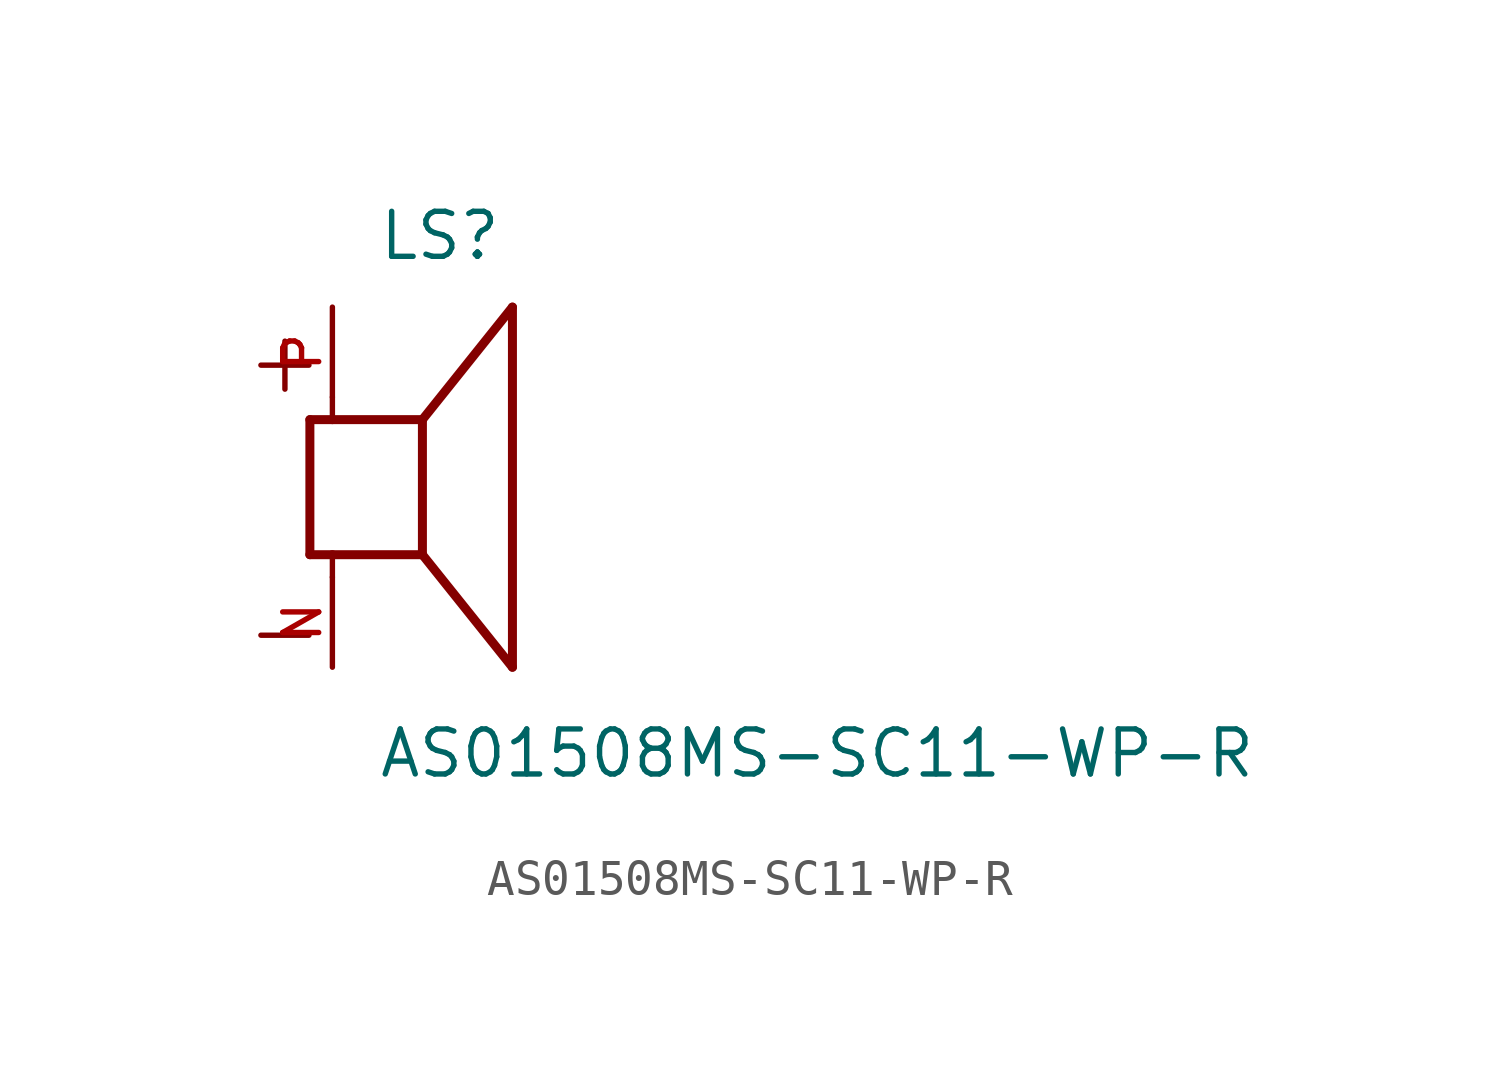
<source format=kicad_sym>
(kicad_symbol_lib
  (version 20211014)
  (generator kicad_symbol_editor)
  (symbol "AS01508MS-SC11-WP-R"
    (pin_names
      (offset 1.016))
    (property "Reference" "LS"
      (at -1.27 6.35 0)
      (effects (font (size 1.27 1.27)) (justify bottom left)))
    (property "Value" "AS01508MS-SC11-WP-R"
      (at -1.27 -8.255 0)
      (effects (font (size 1.27 1.27)) (justify bottom left)))
    (symbol "AS01508MS-SC11-WP-R_0_0"
      (polyline (pts (xy -3.175 1.905) (xy -3.175 -1.905)) (stroke (width 0.254)))
      (polyline (pts (xy -3.175 -1.905) (xy -2.54 -1.905)) (stroke (width 0.254)))
      (polyline (pts (xy 0.0 -1.905) (xy 0.0 1.905)) (stroke (width 0.254)))
      (polyline (pts (xy -3.175 1.905) (xy -2.54 1.905)) (stroke (width 0.254)))
      (polyline (pts (xy 0.0 -1.905) (xy 2.54 -5.08)) (stroke (width 0.254)))
      (polyline (pts (xy 2.54 -5.08) (xy 2.54 5.08)) (stroke (width 0.254)))
      (polyline (pts (xy 0.0 1.905) (xy 2.54 5.08)) (stroke (width 0.254)))
      (polyline (pts (xy -2.54 -2.54) (xy -2.54 -1.905)) (stroke (width 0.152)))
      (polyline (pts (xy -2.54 -1.905) (xy 0.0 -1.905)) (stroke (width 0.254)))
      (polyline (pts (xy -2.54 2.54) (xy -2.54 1.905)) (stroke (width 0.152)))
      (polyline (pts (xy -2.54 1.905) (xy 0.0 1.905)) (stroke (width 0.254)))
      (text "+" (at -5.08 2.54 0) (effects (font (size 1.778 1.778)) (justify bottom left)))
      (text "-" (at -5.08 -5.08 0) (effects (font (size 1.778 1.778)) (justify bottom left)))
      (pin passive line (at -2.54 -5.08 90.0) (length 2.54) (name "~" (effects (font (size 1.016 1.016)))) (number "N" (effects (font (size 1.016 1.016)))))
      (pin passive line (at -2.54 5.08 270.0) (length 2.54) (name "~" (effects (font (size 1.016 1.016)))) (number "P" (effects (font (size 1.016 1.016))))))))
</source>
